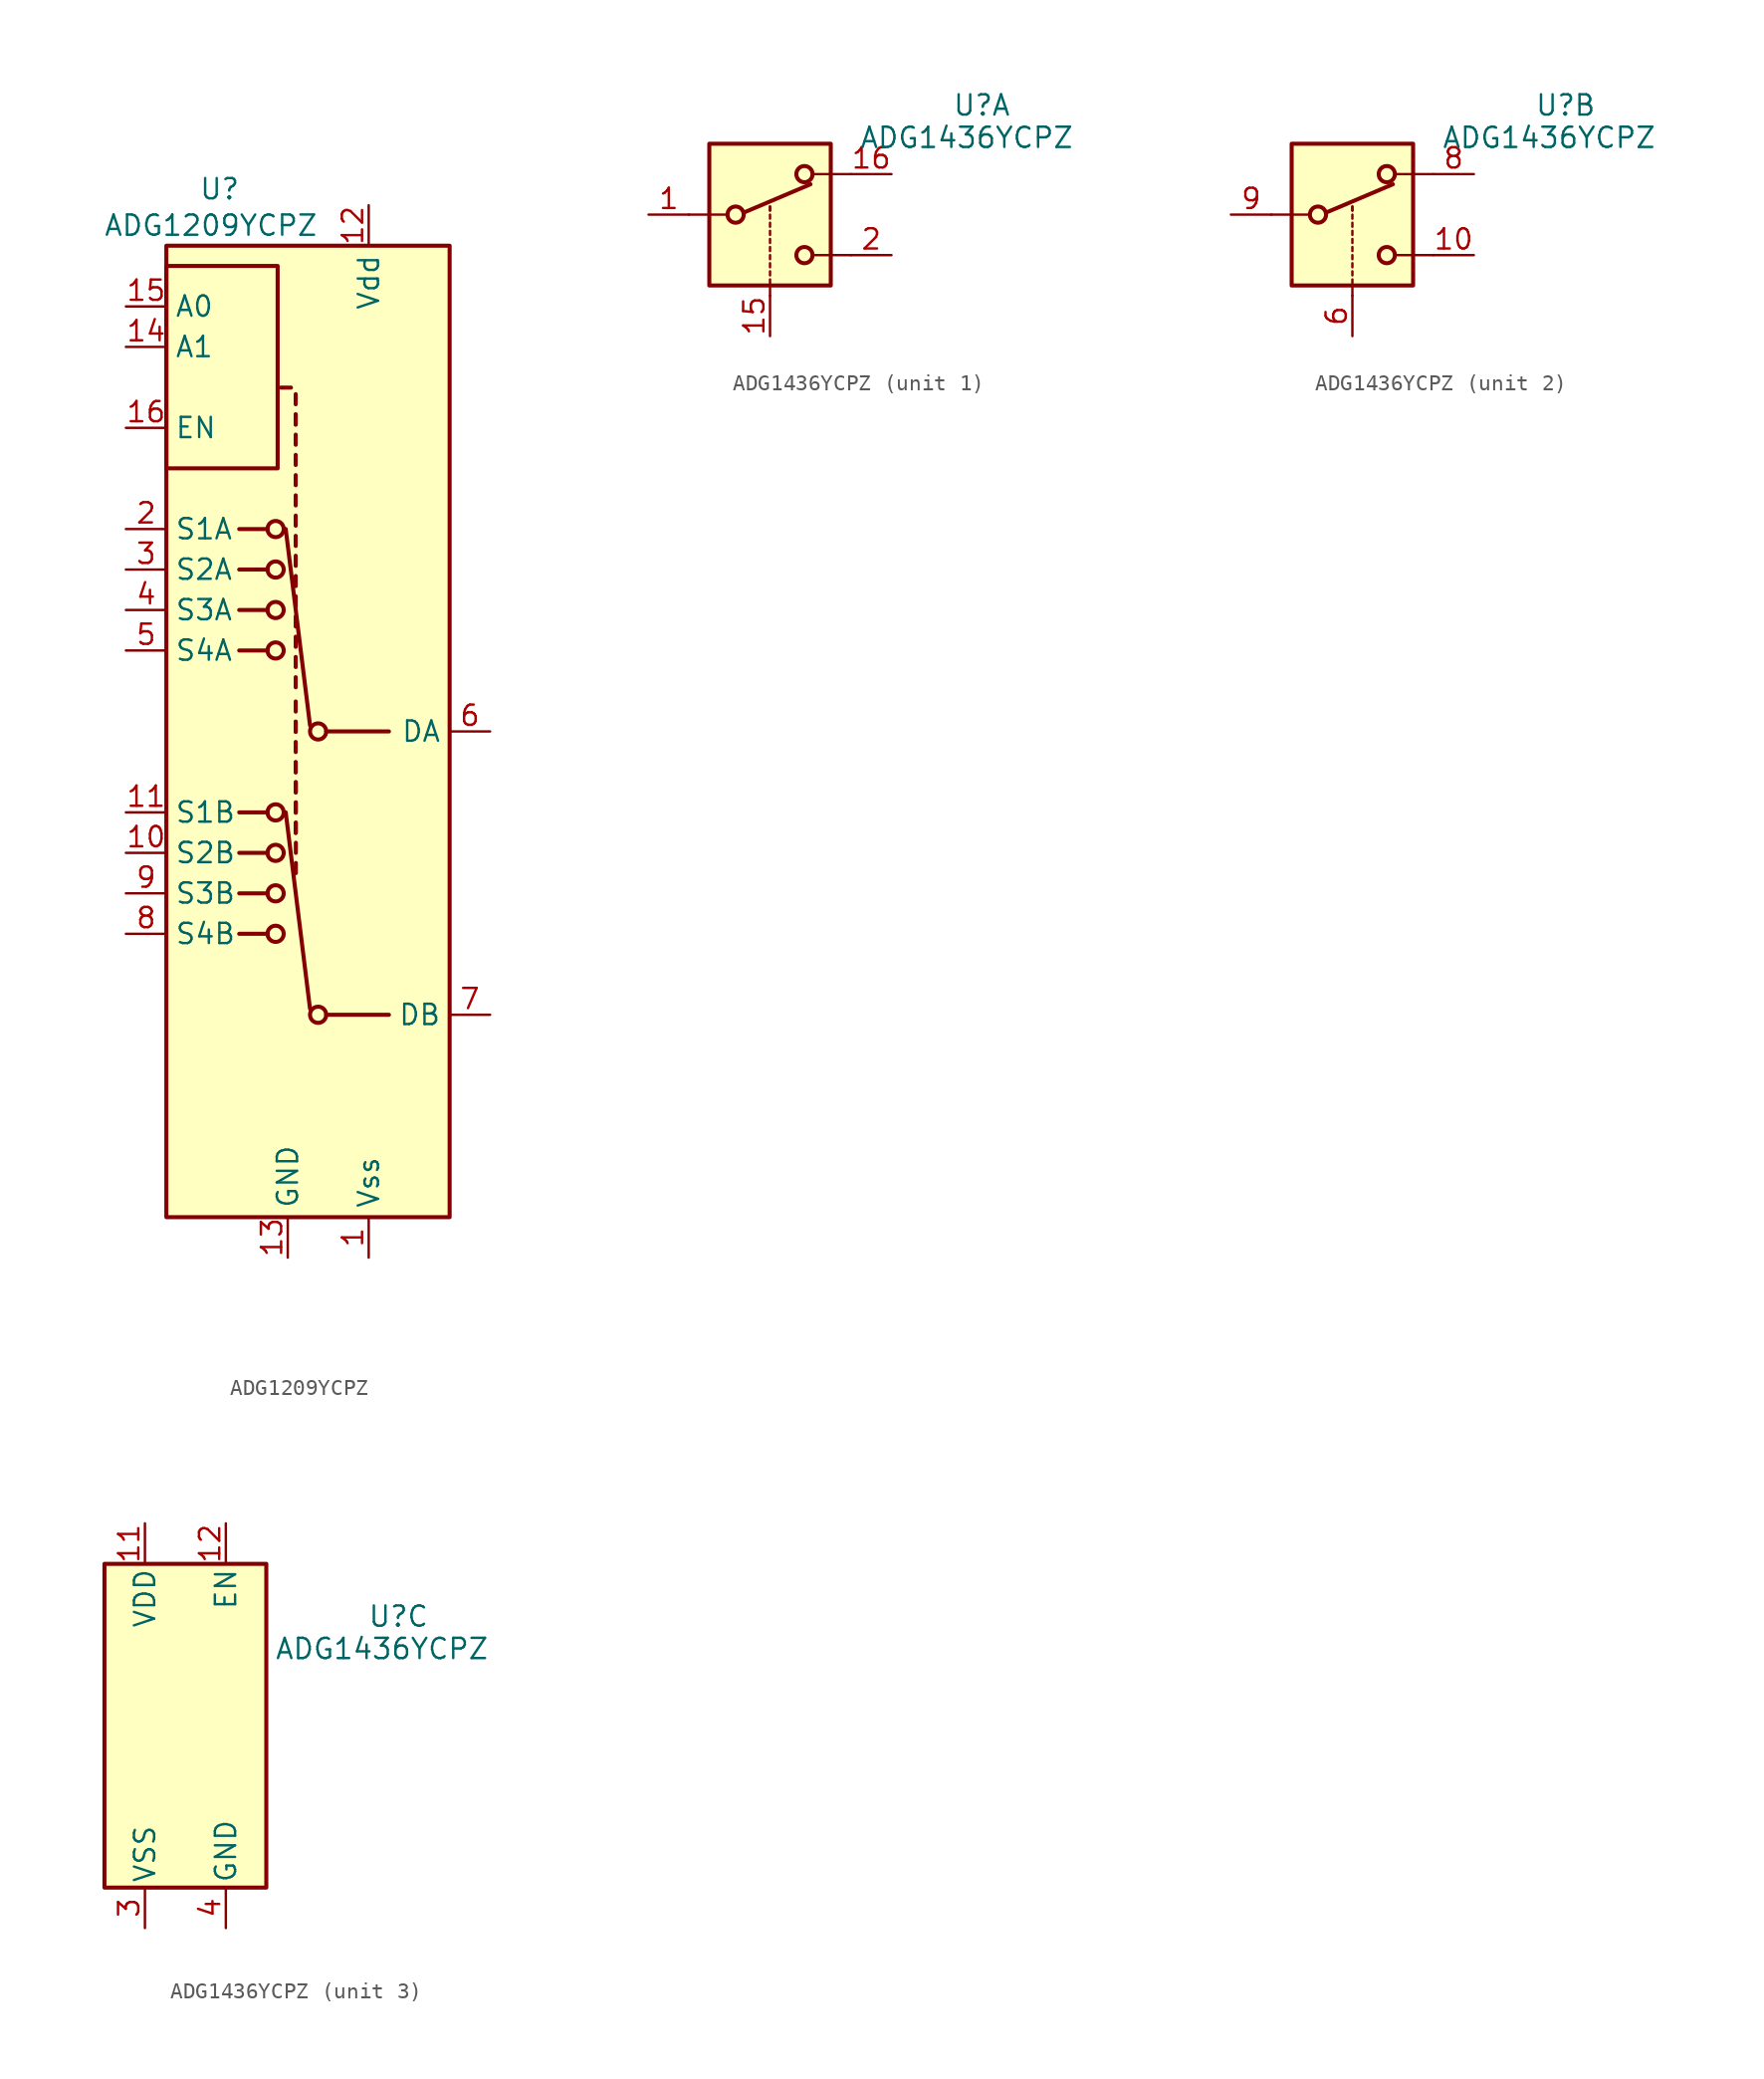
<source format=kicad_sym>
(kicad_symbol_lib
  (version 20231120)
  (generator "kicad_symbol_editor")
  (generator_version "8.0")
  (symbol "ADG1209YCPZ"
    (property "Reference" "U"
      (at -5.588 34.036 0)
      (effects (font (size 1.27 1.27)) (justify left)))
    (property "Value" "ADG1209YCPZ"
      (at -4.826 31.75 0)
      (effects (font (size 1.27 1.27))))
    (symbol "ADG1209YCPZ_0_0"
      (pin passive line (at 5.08 -33.02 90) (length 2.54) (name "Vss" (effects (font (size 1.27 1.27)))) (number "1" (effects (font (size 1.27 1.27)))))
      (pin bidirectional line (at -10.16 -7.62 0) (length 2.54) (name "S2B" (effects (font (size 1.27 1.27)))) (number "10" (effects (font (size 1.27 1.27)))))
      (pin bidirectional line (at -10.16 -5.08 0) (length 2.54) (name "S1B" (effects (font (size 1.27 1.27)))) (number "11" (effects (font (size 1.27 1.27)))))
      (pin passive line (at 5.08 33.02 270) (length 2.54) (name "Vdd" (effects (font (size 1.27 1.27)))) (number "12" (effects (font (size 1.27 1.27)))))
      (pin passive line (at 0 -33.02 90) (length 2.54) (name "GND" (effects (font (size 1.27 1.27)))) (number "13" (effects (font (size 1.27 1.27)))))
      (pin input line (at -10.16 24.13 0) (length 2.54) (name "A1" (effects (font (size 1.27 1.27)))) (number "14" (effects (font (size 1.27 1.27)))))
      (pin input line (at -10.16 26.67 0) (length 2.54) (name "A0" (effects (font (size 1.27 1.27)))) (number "15" (effects (font (size 1.27 1.27)))))
      (pin input line (at -10.16 19.05 0) (length 2.54) (name "EN" (effects (font (size 1.27 1.27)))) (number "16" (effects (font (size 1.27 1.27)))))
      (pin bidirectional line (at -10.16 12.7 0) (length 2.54) (name "S1A" (effects (font (size 1.27 1.27)))) (number "2" (effects (font (size 1.27 1.27)))))
      (pin bidirectional line (at -10.16 10.16 0) (length 2.54) (name "S2A" (effects (font (size 1.27 1.27)))) (number "3" (effects (font (size 1.27 1.27)))))
      (pin bidirectional line (at -10.16 7.62 0) (length 2.54) (name "S3A" (effects (font (size 1.27 1.27)))) (number "4" (effects (font (size 1.27 1.27)))))
      (pin bidirectional line (at -10.16 5.08 0) (length 2.54) (name "S4A" (effects (font (size 1.27 1.27)))) (number "5" (effects (font (size 1.27 1.27)))))
      (pin bidirectional line (at 12.7 0 180) (length 2.54) (name "DA" (effects (font (size 1.27 1.27)))) (number "6" (effects (font (size 1.27 1.27)))))
      (pin bidirectional line (at 12.7 -17.78 180) (length 2.54) (name "DB" (effects (font (size 1.27 1.27)))) (number "7" (effects (font (size 1.27 1.27)))))
      (pin bidirectional line (at -10.16 -12.7 0) (length 2.54) (name "S4B" (effects (font (size 1.27 1.27)))) (number "8" (effects (font (size 1.27 1.27)))))
      (pin bidirectional line (at -10.16 -10.16 0) (length 2.54) (name "S3B" (effects (font (size 1.27 1.27)))) (number "9" (effects (font (size 1.27 1.27))))))
    (symbol "ADG1209YCPZ_0_1"
      (rectangle (start -7.62 29.21) (end -0.635 16.51) (stroke (width 0.254) (type default)) (fill (type none)))
      (rectangle (start -7.62 30.48) (end 10.16 -30.48) (stroke (width 0.254) (type default)) (fill (type background)))
      (circle (center -0.762 -12.7) (radius 0.508) (stroke (width 0.254) (type default)) (fill (type none)))
      (circle (center -0.762 -10.16) (radius 0.508) (stroke (width 0.254) (type default)) (fill (type none)))
      (circle (center -0.762 -7.62) (radius 0.508) (stroke (width 0.254) (type default)) (fill (type none)))
      (circle (center -0.762 -5.08) (radius 0.508) (stroke (width 0.254) (type default)) (fill (type none)))
      (circle (center -0.762 5.08) (radius 0.508) (stroke (width 0.254) (type default)) (fill (type none)))
      (circle (center -0.762 7.62) (radius 0.508) (stroke (width 0.254) (type default)) (fill (type none)))
      (circle (center -0.762 10.16) (radius 0.508) (stroke (width 0.254) (type default)) (fill (type none)))
      (circle (center -0.762 12.7) (radius 0.508) (stroke (width 0.254) (type default)) (fill (type none)))
      (polyline (pts (xy -1.27 -12.7) (xy -3.048 -12.7)) (stroke (width 0.254) (type default)) (fill (type none)))
      (polyline (pts (xy -1.27 -10.16) (xy -3.048 -10.16)) (stroke (width 0.254) (type default)) (fill (type none)))
      (polyline (pts (xy -1.27 -7.62) (xy -3.048 -7.62)) (stroke (width 0.254) (type default)) (fill (type none)))
      (polyline (pts (xy -1.27 -5.08) (xy -3.048 -5.08)) (stroke (width 0.254) (type default)) (fill (type none)))
      (polyline (pts (xy -1.27 5.08) (xy -3.048 5.08)) (stroke (width 0.254) (type default)) (fill (type none)))
      (polyline (pts (xy -1.27 7.62) (xy -3.048 7.62)) (stroke (width 0.254) (type default)) (fill (type none)))
      (polyline (pts (xy -1.27 10.16) (xy -3.048 10.16)) (stroke (width 0.254) (type default)) (fill (type none)))
      (polyline (pts (xy -1.27 12.7) (xy -3.048 12.7)) (stroke (width 0.254) (type default)) (fill (type none)))
      (polyline (pts (xy -0.127 -5.08) (xy 1.397 -17.399)) (stroke (width 0.254) (type default)) (fill (type none)))
      (polyline (pts (xy -0.127 12.7) (xy 1.397 0.381)) (stroke (width 0.254) (type default)) (fill (type none)))
      (polyline (pts (xy 0.202 21.576) (xy -0.433 21.576)) (stroke (width 0.254) (type default)) (fill (type none)))
      (polyline (pts (xy 0.498 11.639) (xy 0.498 12.274)) (stroke (width 0.254) (type default)) (fill (type none)))
      (polyline (pts (xy 0.498 12.909) (xy 0.498 13.544)) (stroke (width 0.254) (type default)) (fill (type none)))
      (polyline (pts (xy 0.498 14.18) (xy 0.498 14.815)) (stroke (width 0.254) (type default)) (fill (type none)))
      (polyline (pts (xy 0.498 15.45) (xy 0.498 16.084)) (stroke (width 0.254) (type default)) (fill (type none)))
      (polyline (pts (xy 0.498 16.72) (xy 0.498 17.355)) (stroke (width 0.254) (type default)) (fill (type none)))
      (polyline (pts (xy 0.498 17.989) (xy 0.498 18.625)) (stroke (width 0.254) (type default)) (fill (type none)))
      (polyline (pts (xy 0.498 19.259) (xy 0.498 19.895)) (stroke (width 0.254) (type default)) (fill (type none)))
      (polyline (pts (xy 0.498 19.259) (xy 0.498 19.895)) (stroke (width 0.254) (type default)) (fill (type none)))
      (polyline (pts (xy 0.498 20.529) (xy 0.498 21.165)) (stroke (width 0.254) (type default)) (fill (type none)))
      (polyline (pts (xy 0.499 -6.374) (xy 0.499 -5.739)) (stroke (width 0.254) (type default)) (fill (type none)))
      (polyline (pts (xy 0.499 -5.104) (xy 0.499 -4.469)) (stroke (width 0.254) (type default)) (fill (type none)))
      (polyline (pts (xy 0.499 -3.834) (xy 0.499 -3.199)) (stroke (width 0.254) (type default)) (fill (type none)))
      (polyline (pts (xy 0.499 -2.564) (xy 0.499 -1.929)) (stroke (width 0.254) (type default)) (fill (type none)))
      (polyline (pts (xy 0.499 -2.564) (xy 0.499 -1.929)) (stroke (width 0.254) (type default)) (fill (type none)))
      (polyline (pts (xy 0.499 -1.294) (xy 0.499 -0.659)) (stroke (width 0.254) (type default)) (fill (type none)))
      (polyline (pts (xy 0.499 -0.024) (xy 0.499 0.611)) (stroke (width 0.254) (type default)) (fill (type none)))
      (polyline (pts (xy 0.499 -0.024) (xy 0.499 0.611)) (stroke (width 0.254) (type default)) (fill (type none)))
      (polyline (pts (xy 0.499 1.246) (xy 0.499 1.881)) (stroke (width 0.254) (type default)) (fill (type none)))
      (polyline (pts (xy 0.499 2.77) (xy 0.499 3.405)) (stroke (width 0.254) (type default)) (fill (type none)))
      (polyline (pts (xy 0.499 4.04) (xy 0.499 4.675)) (stroke (width 0.254) (type default)) (fill (type none)))
      (polyline (pts (xy 0.499 5.31) (xy 0.499 5.945)) (stroke (width 0.254) (type default)) (fill (type none)))
      (polyline (pts (xy 0.499 6.58) (xy 0.499 7.215)) (stroke (width 0.254) (type default)) (fill (type none)))
      (polyline (pts (xy 0.499 7.85) (xy 0.499 8.485)) (stroke (width 0.254) (type default)) (fill (type none)))
      (polyline (pts (xy 0.499 9.12) (xy 0.499 9.755)) (stroke (width 0.254) (type default)) (fill (type none)))
      (polyline (pts (xy 0.499 10.39) (xy 0.499 11.025)) (stroke (width 0.254) (type default)) (fill (type none)))
      (polyline (pts (xy 0.508 -8.89) (xy 0.508 -8.255)) (stroke (width 0.254) (type default)) (fill (type none)))
      (polyline (pts (xy 0.508 -7.62) (xy 0.508 -6.985)) (stroke (width 0.254) (type default)) (fill (type none)))
      (polyline (pts (xy 0.508 -6.35) (xy 0.508 -5.715)) (stroke (width 0.254) (type default)) (fill (type none)))
      (polyline (pts (xy 0.508 -5.08) (xy 0.508 -4.445)) (stroke (width 0.254) (type default)) (fill (type none)))
      (polyline (pts (xy 0.508 -3.81) (xy 0.508 -3.175)) (stroke (width 0.254) (type default)) (fill (type none)))
      (polyline (pts (xy 2.413 -17.78) (xy 6.35 -17.78)) (stroke (width 0.254) (type default)) (fill (type none)))
      (polyline (pts (xy 2.413 0) (xy 6.35 0)) (stroke (width 0.254) (type default)) (fill (type none)))
      (circle (center 1.905 -17.78) (radius 0.508) (stroke (width 0.254) (type default)) (fill (type none)))
      (circle (center 1.905 0) (radius 0.508) (stroke (width 0.254) (type default)) (fill (type none))))
    (symbol "ADG1209YCPZ_1_0"
      (pin passive line (at 0 -33.02 90) (length 2.54) hide (name "EPAD" (effects (font (size 1.27 1.27)))) (number "17" (effects (font (size 1.27 1.27)))))))
  (symbol "ADG1436YCPZ"
    (pin_names
      (offset 0.254))
    (property "Reference" "U"
      (at 11.43 6.858 0)
      (effects (font (size 1.27 1.27)) (justify left)))
    (property "Value" "ADG1436YCPZ"
      (at 5.588 4.826 0)
      (effects (font (size 1.27 1.27)) (justify left)))
    (symbol "ADG1436YCPZ_1_1"
      (rectangle (start -3.81 4.445) (end 3.81 -4.445) (stroke (width 0.254) (type default)) (fill (type background)))
      (circle (center -2.159 0) (radius 0.508) (stroke (width 0.254) (type default)) (fill (type none)))
      (polyline (pts (xy -5.08 0) (xy -2.794 0)) (stroke (width 0) (type default)) (fill (type none)))
      (polyline (pts (xy -1.651 0.127) (xy 2.54 1.905)) (stroke (width 0.254) (type default)) (fill (type none)))
      (polyline (pts (xy 0 -5.08) (xy 0 -4.572)) (stroke (width 0) (type default)) (fill (type none)))
      (polyline (pts (xy 0 -4.318) (xy 0 -4.064)) (stroke (width 0) (type default)) (fill (type none)))
      (polyline (pts (xy 0 -3.81) (xy 0 -3.556)) (stroke (width 0) (type default)) (fill (type none)))
      (polyline (pts (xy 0 -3.302) (xy 0 -3.048)) (stroke (width 0) (type default)) (fill (type none)))
      (polyline (pts (xy 0 -2.794) (xy 0 -2.54)) (stroke (width 0) (type default)) (fill (type none)))
      (polyline (pts (xy 0 -2.286) (xy 0 -2.032)) (stroke (width 0) (type default)) (fill (type none)))
      (polyline (pts (xy 0 -1.778) (xy 0 -1.524)) (stroke (width 0) (type default)) (fill (type none)))
      (polyline (pts (xy 0 -1.27) (xy 0 -1.016)) (stroke (width 0) (type default)) (fill (type none)))
      (polyline (pts (xy 0 -0.762) (xy 0 -0.508)) (stroke (width 0) (type default)) (fill (type none)))
      (polyline (pts (xy 0 -0.254) (xy 0 0)) (stroke (width 0) (type default)) (fill (type none)))
      (polyline (pts (xy 0 0.254) (xy 0 0.508)) (stroke (width 0) (type default)) (fill (type none)))
      (polyline (pts (xy 0 0.254) (xy 0 0.508)) (stroke (width 0) (type default)) (fill (type none)))
      (polyline (pts (xy 5.08 -2.54) (xy 2.794 -2.54)) (stroke (width 0) (type default)) (fill (type none)))
      (polyline (pts (xy 5.08 2.54) (xy 2.794 2.54)) (stroke (width 0) (type default)) (fill (type none)))
      (circle (center 2.159 -2.54) (radius 0.508) (stroke (width 0.254) (type default)) (fill (type none)))
      (circle (center 2.159 2.54) (radius 0.508) (stroke (width 0.254) (type default)) (fill (type none)))
      (pin passive line (at -7.62 0 0) (length 2.54) (name "~" (effects (font (size 1.27 1.27)))) (number "1" (effects (font (size 1.27 1.27)))))
      (pin input line (at 0 -7.62 90) (length 2.54) (name "~" (effects (font (size 1.27 1.27)))) (number "15" (effects (font (size 1.27 1.27)))))
      (pin passive line (at 7.62 2.54 180) (length 2.54) (name "" (effects (font (size 1.27 1.27)))) (number "16" (effects (font (size 1.27 1.27)))))
      (pin passive line (at 7.62 -2.54 180) (length 2.54) (name "~" (effects (font (size 1.27 1.27)))) (number "2" (effects (font (size 1.27 1.27))))))
    (symbol "ADG1436YCPZ_2_1"
      (rectangle (start -3.81 4.445) (end 3.81 -4.445) (stroke (width 0.254) (type default)) (fill (type background)))
      (circle (center -2.159 0) (radius 0.508) (stroke (width 0.254) (type default)) (fill (type none)))
      (polyline (pts (xy -5.08 0) (xy -2.794 0)) (stroke (width 0) (type default)) (fill (type none)))
      (polyline (pts (xy -1.651 0.127) (xy 2.54 1.905)) (stroke (width 0.254) (type default)) (fill (type none)))
      (polyline (pts (xy 0 -5.08) (xy 0 -4.572)) (stroke (width 0) (type default)) (fill (type none)))
      (polyline (pts (xy 0 -4.318) (xy 0 -4.064)) (stroke (width 0) (type default)) (fill (type none)))
      (polyline (pts (xy 0 -3.81) (xy 0 -3.556)) (stroke (width 0) (type default)) (fill (type none)))
      (polyline (pts (xy 0 -3.302) (xy 0 -3.048)) (stroke (width 0) (type default)) (fill (type none)))
      (polyline (pts (xy 0 -2.794) (xy 0 -2.54)) (stroke (width 0) (type default)) (fill (type none)))
      (polyline (pts (xy 0 -2.286) (xy 0 -2.032)) (stroke (width 0) (type default)) (fill (type none)))
      (polyline (pts (xy 0 -1.778) (xy 0 -1.524)) (stroke (width 0) (type default)) (fill (type none)))
      (polyline (pts (xy 0 -1.27) (xy 0 -1.016)) (stroke (width 0) (type default)) (fill (type none)))
      (polyline (pts (xy 0 -0.762) (xy 0 -0.508)) (stroke (width 0) (type default)) (fill (type none)))
      (polyline (pts (xy 0 -0.254) (xy 0 0)) (stroke (width 0) (type default)) (fill (type none)))
      (polyline (pts (xy 0 0.254) (xy 0 0.508)) (stroke (width 0) (type default)) (fill (type none)))
      (polyline (pts (xy 0 0.254) (xy 0 0.508)) (stroke (width 0) (type default)) (fill (type none)))
      (polyline (pts (xy 5.08 -2.54) (xy 2.794 -2.54)) (stroke (width 0) (type default)) (fill (type none)))
      (polyline (pts (xy 5.08 2.54) (xy 2.794 2.54)) (stroke (width 0) (type default)) (fill (type none)))
      (circle (center 2.159 -2.54) (radius 0.508) (stroke (width 0.254) (type default)) (fill (type none)))
      (circle (center 2.159 2.54) (radius 0.508) (stroke (width 0.254) (type default)) (fill (type none)))
      (pin passive line (at 7.62 -2.54 180) (length 2.54) (name "" (effects (font (size 1.27 1.27)))) (number "10" (effects (font (size 1.27 1.27)))))
      (pin input line (at 0 -7.62 90) (length 2.54) (name "~" (effects (font (size 1.27 1.27)))) (number "6" (effects (font (size 1.27 1.27)))))
      (pin passive line (at 7.62 2.54 180) (length 2.54) (name "~" (effects (font (size 1.27 1.27)))) (number "8" (effects (font (size 1.27 1.27)))))
      (pin passive line (at -7.62 0 0) (length 2.54) (name "~" (effects (font (size 1.27 1.27)))) (number "9" (effects (font (size 1.27 1.27))))))
    (symbol "ADG1436YCPZ_3_1"
      (rectangle (start -5.08 10.16) (end 5.08 -10.16) (stroke (width 0.254) (type default)) (fill (type background)))
      (pin passive line (at -2.54 12.7 270) (length 2.54) (name "VDD" (effects (font (size 1.27 1.27)))) (number "11" (effects (font (size 1.27 1.27)))))
      (pin input line (at 2.54 12.7 270) (length 2.54) (name "EN" (effects (font (size 1.27 1.27)))) (number "12" (effects (font (size 1.27 1.27)))))
      (pin no_connect line (at -5.08 -1.27 0) (length 2.54) hide (name "NC" (effects (font (size 1.27 1.27)))) (number "13" (effects (font (size 1.27 1.27)))))
      (pin no_connect line (at -5.08 -3.81 0) (length 2.54) hide (name "NC" (effects (font (size 1.27 1.27)))) (number "14" (effects (font (size 1.27 1.27)))))
      (pin passive line (at -2.54 -12.7 90) (length 2.54) hide (name "EP" (effects (font (size 1.27 1.27)))) (number "17" (effects (font (size 1.27 1.27)))))
      (pin passive line (at -2.54 -12.7 90) (length 2.54) (name "VSS" (effects (font (size 1.27 1.27)))) (number "3" (effects (font (size 1.27 1.27)))))
      (pin passive line (at 2.54 -12.7 90) (length 2.54) (name "GND" (effects (font (size 1.27 1.27)))) (number "4" (effects (font (size 1.27 1.27)))))
      (pin no_connect line (at -5.08 3.81 0) (length 2.54) hide (name "NC" (effects (font (size 1.27 1.27)))) (number "5" (effects (font (size 1.27 1.27)))))
      (pin no_connect line (at -5.08 1.27 0) (length 2.54) hide (name "NC" (effects (font (size 1.27 1.27)))) (number "7" (effects (font (size 1.27 1.27))))))))
</source>
